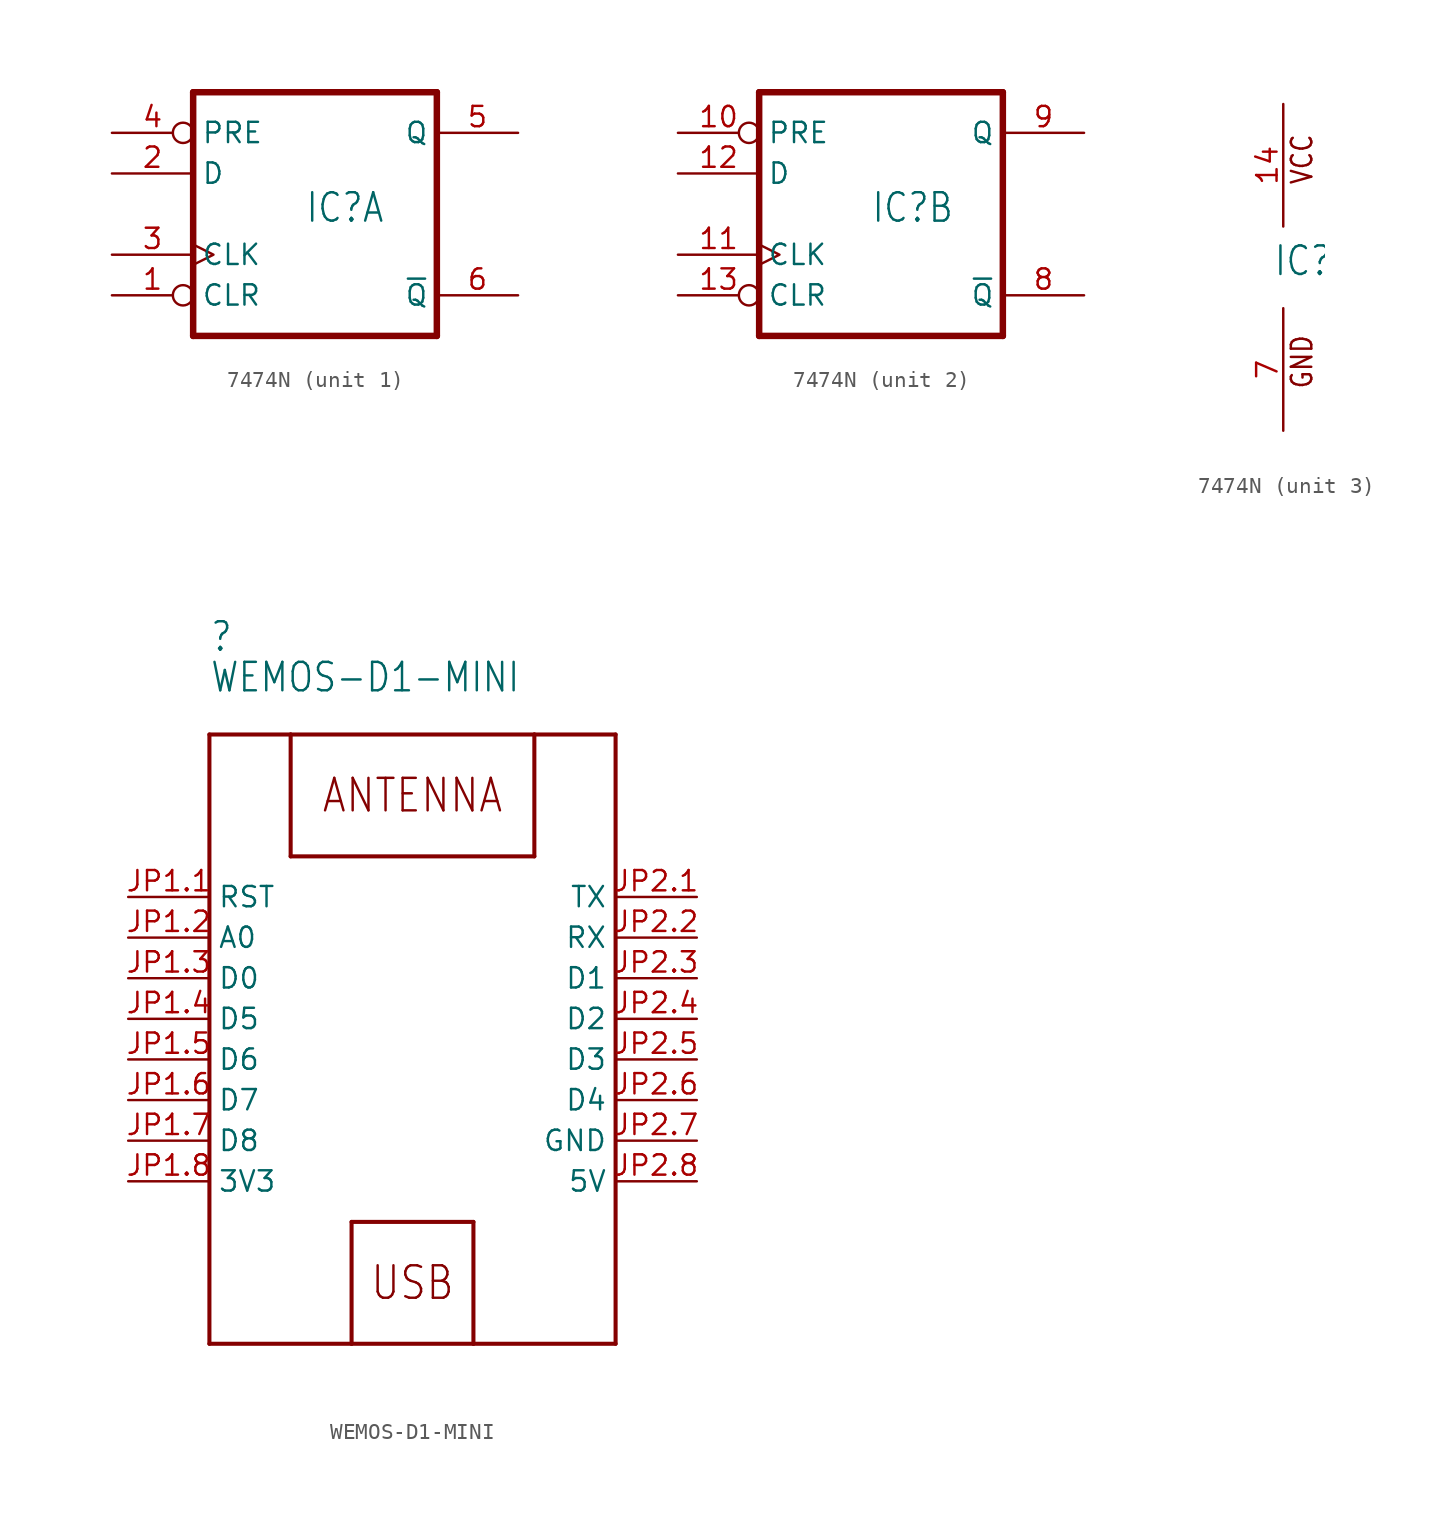
<source format=kicad_sym>
(kicad_symbol_lib
  (version 20211014)
  (generator kicad_symbol_editor)
  (symbol "7474N"
    (property "Reference" "IC"
      (at -0.635 -0.635 0)
      (effects (font (size 1.778 1.511)) (justify left bottom)))
    (property "ki_locked" ""
      (at 0 0 0)
      (effects (font (size 1.27 1.27))))
    (symbol "7474N_1_0"
      (polyline (pts (xy -7.62 -7.62) (xy 7.62 -7.62)) (stroke (width 0.406) (type default) (color 0 0 0 0)) (fill (type none)))
      (polyline (pts (xy -7.62 7.62) (xy -7.62 -7.62)) (stroke (width 0.406) (type default) (color 0 0 0 0)) (fill (type none)))
      (polyline (pts (xy 7.62 -7.62) (xy 7.62 7.62)) (stroke (width 0.406) (type default) (color 0 0 0 0)) (fill (type none)))
      (polyline (pts (xy 7.62 7.62) (xy -7.62 7.62)) (stroke (width 0.406) (type default) (color 0 0 0 0)) (fill (type none)))
      (pin input inverted (at -12.7 -5.08 0) (length 5.08) (name "CLR" (effects (font (size 1.27 1.27)))) (number "1" (effects (font (size 1.27 1.27)))))
      (pin input line (at -12.7 2.54 0) (length 5.08) (name "D" (effects (font (size 1.27 1.27)))) (number "2" (effects (font (size 1.27 1.27)))))
      (pin input clock (at -12.7 -2.54 0) (length 5.08) (name "CLK" (effects (font (size 1.27 1.27)))) (number "3" (effects (font (size 1.27 1.27)))))
      (pin input inverted (at -12.7 5.08 0) (length 5.08) (name "PRE" (effects (font (size 1.27 1.27)))) (number "4" (effects (font (size 1.27 1.27)))))
      (pin output line (at 12.7 5.08 180) (length 5.08) (name "Q" (effects (font (size 1.27 1.27)))) (number "5" (effects (font (size 1.27 1.27)))))
      (pin output line (at 12.7 -5.08 180) (length 5.08) (name "~{Q}" (effects (font (size 1.27 1.27)))) (number "6" (effects (font (size 1.27 1.27))))))
    (symbol "7474N_2_0"
      (polyline (pts (xy -7.62 -7.62) (xy 7.62 -7.62)) (stroke (width 0.406) (type default) (color 0 0 0 0)) (fill (type none)))
      (polyline (pts (xy -7.62 7.62) (xy -7.62 -7.62)) (stroke (width 0.406) (type default) (color 0 0 0 0)) (fill (type none)))
      (polyline (pts (xy 7.62 -7.62) (xy 7.62 7.62)) (stroke (width 0.406) (type default) (color 0 0 0 0)) (fill (type none)))
      (polyline (pts (xy 7.62 7.62) (xy -7.62 7.62)) (stroke (width 0.406) (type default) (color 0 0 0 0)) (fill (type none)))
      (pin input inverted (at -12.7 5.08 0) (length 5.08) (name "PRE" (effects (font (size 1.27 1.27)))) (number "10" (effects (font (size 1.27 1.27)))))
      (pin input clock (at -12.7 -2.54 0) (length 5.08) (name "CLK" (effects (font (size 1.27 1.27)))) (number "11" (effects (font (size 1.27 1.27)))))
      (pin input line (at -12.7 2.54 0) (length 5.08) (name "D" (effects (font (size 1.27 1.27)))) (number "12" (effects (font (size 1.27 1.27)))))
      (pin input inverted (at -12.7 -5.08 0) (length 5.08) (name "CLR" (effects (font (size 1.27 1.27)))) (number "13" (effects (font (size 1.27 1.27)))))
      (pin output line (at 12.7 -5.08 180) (length 5.08) (name "~{Q}" (effects (font (size 1.27 1.27)))) (number "8" (effects (font (size 1.27 1.27)))))
      (pin output line (at 12.7 5.08 180) (length 5.08) (name "Q" (effects (font (size 1.27 1.27)))) (number "9" (effects (font (size 1.27 1.27))))))
    (symbol "7474N_3_0"
      (text "GND" (at 1.905 -7.62 900) (effects (font (size 1.27 1.079)) (justify left bottom)))
      (text "VCC" (at 1.905 5.08 900) (effects (font (size 1.27 1.079)) (justify left bottom)))
      (pin power_in line (at 0 10.16 270) (length 7.62) (name "VCC" (effects (font (size 0 0)))) (number "14" (effects (font (size 1.27 1.27)))))
      (pin power_in line (at 0 -10.16 90) (length 7.62) (name "GND" (effects (font (size 0 0)))) (number "7" (effects (font (size 1.27 1.27)))))))
  (symbol "WEMOS-D1-MINI"
    (property "Reference" ""
      (at -12.7 25.4 0)
      (effects (font (size 1.778 1.511)) (justify left bottom)))
    (property "Value" "WEMOS-D1-MINI"
      (at -12.7 22.86 0)
      (effects (font (size 1.778 1.511)) (justify left bottom)))
    (property "ki_locked" ""
      (at 0 0 0)
      (effects (font (size 1.27 1.27))))
    (symbol "WEMOS-D1-MINI_1_0"
      (polyline (pts (xy -12.7 -17.78) (xy -12.7 20.32)) (stroke (width 0.254) (type default) (color 0 0 0 0)) (fill (type none)))
      (polyline (pts (xy -12.7 20.32) (xy -7.62 20.32)) (stroke (width 0.254) (type default) (color 0 0 0 0)) (fill (type none)))
      (polyline (pts (xy -7.62 12.7) (xy 7.62 12.7)) (stroke (width 0.254) (type default) (color 0 0 0 0)) (fill (type none)))
      (polyline (pts (xy -7.62 20.32) (xy -7.62 12.7)) (stroke (width 0.254) (type default) (color 0 0 0 0)) (fill (type none)))
      (polyline (pts (xy -7.62 20.32) (xy 7.62 20.32)) (stroke (width 0.254) (type default) (color 0 0 0 0)) (fill (type none)))
      (polyline (pts (xy -3.81 -17.78) (xy -12.7 -17.78)) (stroke (width 0.254) (type default) (color 0 0 0 0)) (fill (type none)))
      (polyline (pts (xy -3.81 -17.78) (xy -3.81 -10.16)) (stroke (width 0.254) (type default) (color 0 0 0 0)) (fill (type none)))
      (polyline (pts (xy -3.81 -10.16) (xy 3.81 -10.16)) (stroke (width 0.254) (type default) (color 0 0 0 0)) (fill (type none)))
      (polyline (pts (xy 3.81 -17.78) (xy -3.81 -17.78)) (stroke (width 0.254) (type default) (color 0 0 0 0)) (fill (type none)))
      (polyline (pts (xy 3.81 -10.16) (xy 3.81 -17.78)) (stroke (width 0.254) (type default) (color 0 0 0 0)) (fill (type none)))
      (polyline (pts (xy 7.62 12.7) (xy 7.62 20.32)) (stroke (width 0.254) (type default) (color 0 0 0 0)) (fill (type none)))
      (polyline (pts (xy 7.62 20.32) (xy 12.7 20.32)) (stroke (width 0.254) (type default) (color 0 0 0 0)) (fill (type none)))
      (polyline (pts (xy 12.7 -17.78) (xy 3.81 -17.78)) (stroke (width 0.254) (type default) (color 0 0 0 0)) (fill (type none)))
      (polyline (pts (xy 12.7 20.32) (xy 12.7 -17.78)) (stroke (width 0.254) (type default) (color 0 0 0 0)) (fill (type none)))
      (text "ANTENNA" (at 0 16.51 0) (effects (font (size 2.032 1.727))))
      (text "USB" (at 0 -13.97 0) (effects (font (size 2.032 1.727))))
      (pin bidirectional line (at -17.78 10.16 0) (length 5.08) (name "RST" (effects (font (size 1.27 1.27)))) (number "JP1.1" (effects (font (size 1.27 1.27)))))
      (pin bidirectional line (at -17.78 7.62 0) (length 5.08) (name "A0" (effects (font (size 1.27 1.27)))) (number "JP1.2" (effects (font (size 1.27 1.27)))))
      (pin bidirectional line (at -17.78 5.08 0) (length 5.08) (name "D0" (effects (font (size 1.27 1.27)))) (number "JP1.3" (effects (font (size 1.27 1.27)))))
      (pin bidirectional line (at -17.78 2.54 0) (length 5.08) (name "D5" (effects (font (size 1.27 1.27)))) (number "JP1.4" (effects (font (size 1.27 1.27)))))
      (pin bidirectional line (at -17.78 0 0) (length 5.08) (name "D6" (effects (font (size 1.27 1.27)))) (number "JP1.5" (effects (font (size 1.27 1.27)))))
      (pin bidirectional line (at -17.78 -2.54 0) (length 5.08) (name "D7" (effects (font (size 1.27 1.27)))) (number "JP1.6" (effects (font (size 1.27 1.27)))))
      (pin bidirectional line (at -17.78 -5.08 0) (length 5.08) (name "D8" (effects (font (size 1.27 1.27)))) (number "JP1.7" (effects (font (size 1.27 1.27)))))
      (pin power_in line (at -17.78 -7.62 0) (length 5.08) (name "3V3" (effects (font (size 1.27 1.27)))) (number "JP1.8" (effects (font (size 1.27 1.27)))))
      (pin bidirectional line (at 17.78 10.16 180) (length 5.08) (name "TX" (effects (font (size 1.27 1.27)))) (number "JP2.1" (effects (font (size 1.27 1.27)))))
      (pin bidirectional line (at 17.78 7.62 180) (length 5.08) (name "RX" (effects (font (size 1.27 1.27)))) (number "JP2.2" (effects (font (size 1.27 1.27)))))
      (pin bidirectional line (at 17.78 5.08 180) (length 5.08) (name "D1" (effects (font (size 1.27 1.27)))) (number "JP2.3" (effects (font (size 1.27 1.27)))))
      (pin bidirectional line (at 17.78 2.54 180) (length 5.08) (name "D2" (effects (font (size 1.27 1.27)))) (number "JP2.4" (effects (font (size 1.27 1.27)))))
      (pin bidirectional line (at 17.78 0 180) (length 5.08) (name "D3" (effects (font (size 1.27 1.27)))) (number "JP2.5" (effects (font (size 1.27 1.27)))))
      (pin bidirectional line (at 17.78 -2.54 180) (length 5.08) (name "D4" (effects (font (size 1.27 1.27)))) (number "JP2.6" (effects (font (size 1.27 1.27)))))
      (pin power_in line (at 17.78 -5.08 180) (length 5.08) (name "GND" (effects (font (size 1.27 1.27)))) (number "JP2.7" (effects (font (size 1.27 1.27)))))
      (pin power_in line (at 17.78 -7.62 180) (length 5.08) (name "5V" (effects (font (size 1.27 1.27)))) (number "JP2.8" (effects (font (size 1.27 1.27))))))))
</source>
